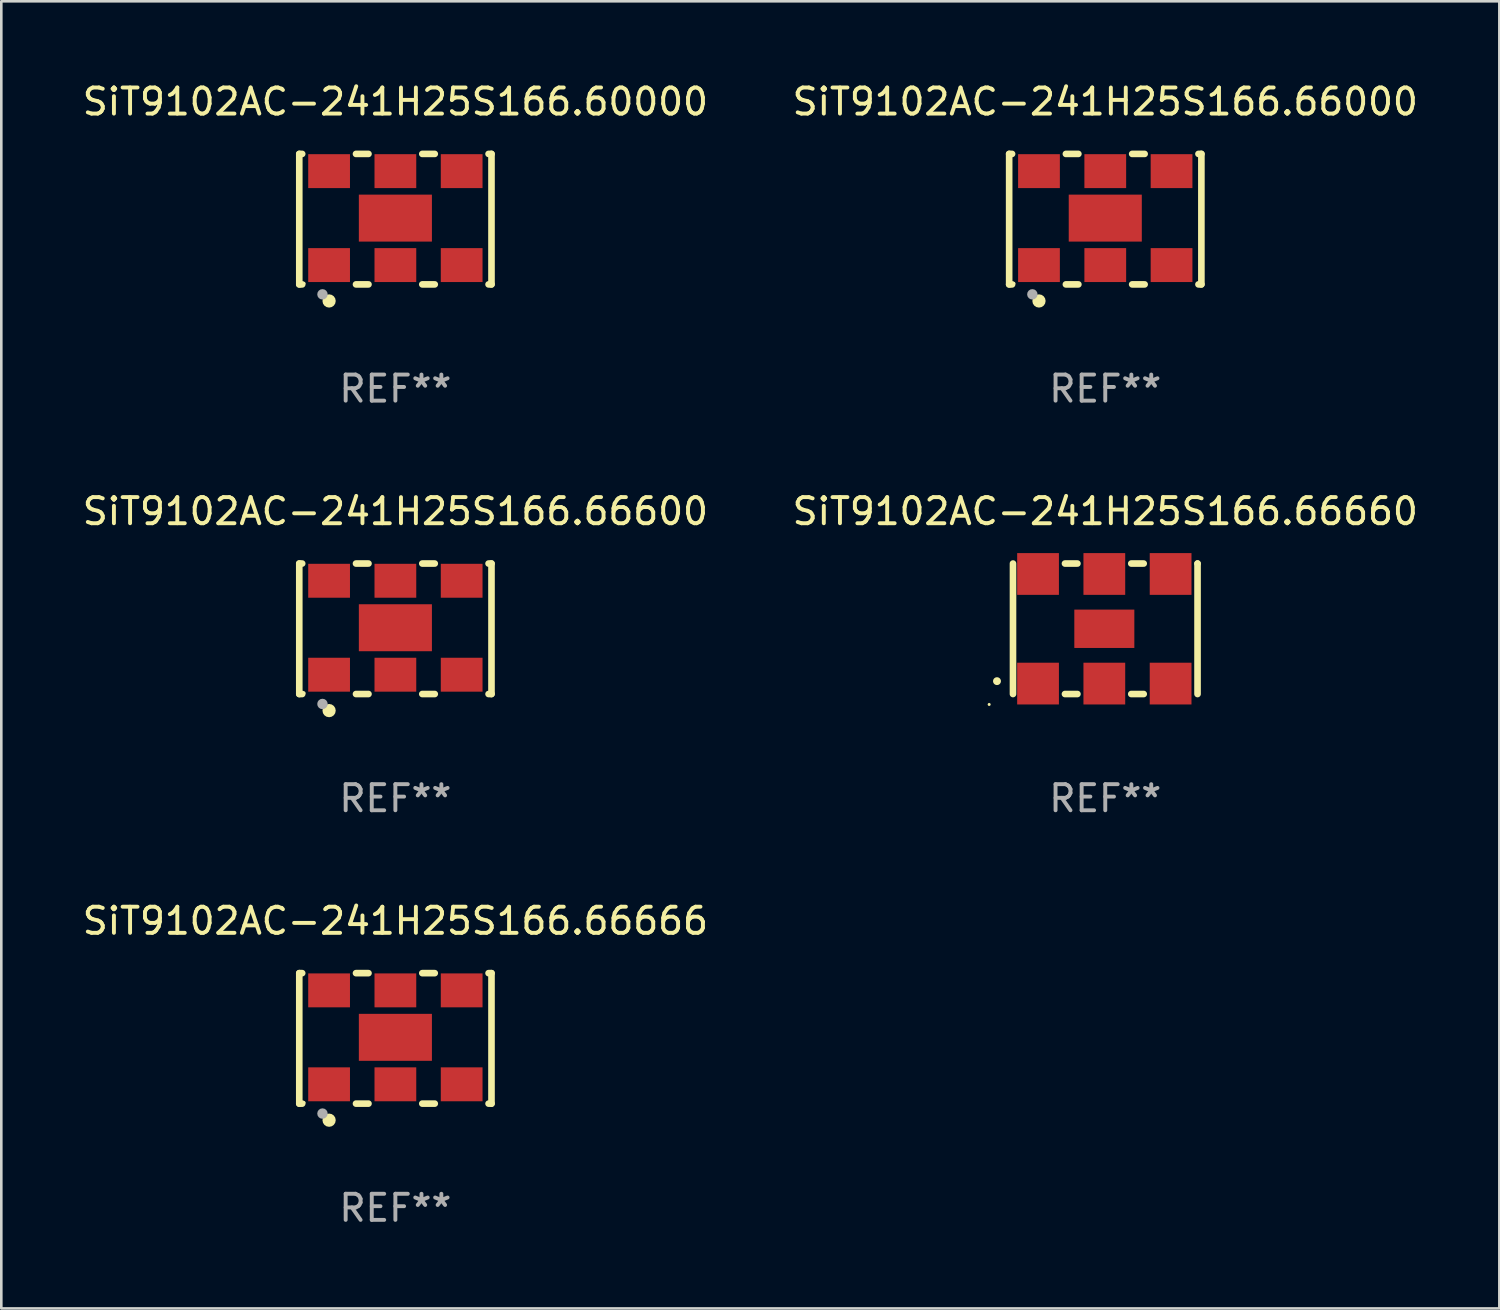
<source format=kicad_pcb>
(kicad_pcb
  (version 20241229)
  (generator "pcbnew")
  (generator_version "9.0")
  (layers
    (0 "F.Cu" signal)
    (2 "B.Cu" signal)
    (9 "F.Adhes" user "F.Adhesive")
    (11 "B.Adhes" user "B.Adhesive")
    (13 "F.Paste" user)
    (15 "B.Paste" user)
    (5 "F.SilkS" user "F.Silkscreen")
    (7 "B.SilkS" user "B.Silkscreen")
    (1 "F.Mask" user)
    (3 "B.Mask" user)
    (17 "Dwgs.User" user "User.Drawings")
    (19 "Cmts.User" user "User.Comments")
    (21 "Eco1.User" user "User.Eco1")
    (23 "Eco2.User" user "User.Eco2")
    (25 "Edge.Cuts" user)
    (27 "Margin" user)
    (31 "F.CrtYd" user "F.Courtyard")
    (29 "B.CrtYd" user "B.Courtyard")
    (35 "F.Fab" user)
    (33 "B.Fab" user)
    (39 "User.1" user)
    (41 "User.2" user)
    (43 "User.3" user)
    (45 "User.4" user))
  (footprint "SiT9102AC-241H25S166.66000"
    (layer "F.Cu")
    (at 39.304 5.348)
    (property "Reference" "SiT9102AC-241H25S166.66000" (at 0 -4.5 0) (layer "F.SilkS") (effects (font (size 1 1) (thickness 0.15))))
    (attr through_hole)
    (fp_line (start -3.683 -2.5) (end -3.571 -2.5) (stroke (width 0.254) (type solid)) (layer "F.SilkS"))
    (fp_line (start -3.683 2.5) (end -3.683 -2.5) (stroke (width 0.254) (type solid)) (layer "F.SilkS"))
    (fp_line (start -3.683 2.5) (end -3.571 2.5) (stroke (width 0.254) (type solid)) (layer "F.SilkS"))
    (fp_line (start -1.509 -2.5) (end -1.031 -2.5) (stroke (width 0.254) (type solid)) (layer "F.SilkS"))
    (fp_line (start -1.509 2.5) (end -1.031 2.5) (stroke (width 0.254) (type solid)) (layer "F.SilkS"))
    (fp_line (start 1.031 -2.5) (end 1.509 -2.5) (stroke (width 0.254) (type solid)) (layer "F.SilkS"))
    (fp_line (start 1.031 2.5) (end 1.509 2.5) (stroke (width 0.254) (type solid)) (layer "F.SilkS"))
    (fp_line (start 3.571 -2.5) (end 3.683 -2.5) (stroke (width 0.254) (type solid)) (layer "F.SilkS"))
    (fp_line (start 3.571 2.5) (end 3.683 2.5) (stroke (width 0.254) (type solid)) (layer "F.SilkS"))
    (fp_line (start 3.683 2.5) (end 3.683 -2.5) (stroke (width 0.254) (type solid)) (layer "F.SilkS"))
    (fp_circle (center -3.5 2.46) (end -3.47 2.46) (stroke (width 0.06) (type solid)) (fill no) (layer "F.SilkS"))
    (fp_circle (center -2.54 3.135) (end -2.413 3.135) (stroke (width 0.254) (type solid)) (fill no) (layer "F.SilkS"))
    (fp_circle (center -2.794 2.881) (end -2.694 2.881) (stroke (width 0.2) (type solid)) (fill no) (layer "F.Fab"))
    (fp_text user "REF**" (at 0 6.5 0) (layer "F.Fab") (effects (font (size 1 1) (thickness 0.15))))
    (pad "1" smd rect (at -2.54 1.76) (size 1.6 1.3) (layers "F.Cu" "F.Mask" "F.Paste"))
    (pad "2" smd rect (at 0 1.76) (size 1.6 1.3) (layers "F.Cu" "F.Mask" "F.Paste"))
    (pad "3" smd rect (at 2.54 1.76) (size 1.6 1.3) (layers "F.Cu" "F.Mask" "F.Paste"))
    (pad "4" smd rect (at 2.54 -1.84) (size 1.6 1.3) (layers "F.Cu" "F.Mask" "F.Paste"))
    (pad "5" smd rect (at 0 -1.84) (size 1.6 1.3) (layers "F.Cu" "F.Mask" "F.Paste"))
    (pad "6" smd rect (at -2.54 -1.84) (size 1.6 1.3) (layers "F.Cu" "F.Mask" "F.Paste"))
    (pad "7" smd rect (at 0 -0.04) (size 2.8 1.8) (layers "F.Cu" "F.Mask" "F.Paste")))
  (footprint "SiT9102AC-241H25S166.66600"
    (layer "F.Cu")
    (at 12.101 21.045)
    (property "Reference" "SiT9102AC-241H25S166.66600" (at 0 -4.5 0) (layer "F.SilkS") (effects (font (size 1 1) (thickness 0.15))))
    (attr through_hole)
    (fp_line (start -3.683 -2.5) (end -3.571 -2.5) (stroke (width 0.254) (type solid)) (layer "F.SilkS"))
    (fp_line (start -3.683 2.5) (end -3.683 -2.5) (stroke (width 0.254) (type solid)) (layer "F.SilkS"))
    (fp_line (start -3.683 2.5) (end -3.571 2.5) (stroke (width 0.254) (type solid)) (layer "F.SilkS"))
    (fp_line (start -1.509 -2.5) (end -1.031 -2.5) (stroke (width 0.254) (type solid)) (layer "F.SilkS"))
    (fp_line (start -1.509 2.5) (end -1.031 2.5) (stroke (width 0.254) (type solid)) (layer "F.SilkS"))
    (fp_line (start 1.031 -2.5) (end 1.509 -2.5) (stroke (width 0.254) (type solid)) (layer "F.SilkS"))
    (fp_line (start 1.031 2.5) (end 1.509 2.5) (stroke (width 0.254) (type solid)) (layer "F.SilkS"))
    (fp_line (start 3.571 -2.5) (end 3.683 -2.5) (stroke (width 0.254) (type solid)) (layer "F.SilkS"))
    (fp_line (start 3.571 2.5) (end 3.683 2.5) (stroke (width 0.254) (type solid)) (layer "F.SilkS"))
    (fp_line (start 3.683 2.5) (end 3.683 -2.5) (stroke (width 0.254) (type solid)) (layer "F.SilkS"))
    (fp_circle (center -3.5 2.46) (end -3.47 2.46) (stroke (width 0.06) (type solid)) (fill no) (layer "F.SilkS"))
    (fp_circle (center -2.54 3.135) (end -2.413 3.135) (stroke (width 0.254) (type solid)) (fill no) (layer "F.SilkS"))
    (fp_circle (center -2.794 2.881) (end -2.694 2.881) (stroke (width 0.2) (type solid)) (fill no) (layer "F.Fab"))
    (fp_text user "REF**" (at 0 6.5 0) (layer "F.Fab") (effects (font (size 1 1) (thickness 0.15))))
    (pad "1" smd rect (at -2.54 1.76) (size 1.6 1.3) (layers "F.Cu" "F.Mask" "F.Paste"))
    (pad "2" smd rect (at 0 1.76) (size 1.6 1.3) (layers "F.Cu" "F.Mask" "F.Paste"))
    (pad "3" smd rect (at 2.54 1.76) (size 1.6 1.3) (layers "F.Cu" "F.Mask" "F.Paste"))
    (pad "4" smd rect (at 2.54 -1.84) (size 1.6 1.3) (layers "F.Cu" "F.Mask" "F.Paste"))
    (pad "5" smd rect (at 0 -1.84) (size 1.6 1.3) (layers "F.Cu" "F.Mask" "F.Paste"))
    (pad "6" smd rect (at -2.54 -1.84) (size 1.6 1.3) (layers "F.Cu" "F.Mask" "F.Paste"))
    (pad "7" smd rect (at 0 -0.04) (size 2.8 1.8) (layers "F.Cu" "F.Mask" "F.Paste")))
  (footprint "SiT9102AC-241H25S166.60000"
    (layer "F.Cu")
    (at 12.101 5.348)
    (property "Reference" "SiT9102AC-241H25S166.60000" (at 0 -4.5 0) (layer "F.SilkS") (effects (font (size 1 1) (thickness 0.15))))
    (attr through_hole)
    (fp_line (start -3.683 -2.5) (end -3.571 -2.5) (stroke (width 0.254) (type solid)) (layer "F.SilkS"))
    (fp_line (start -3.683 2.5) (end -3.683 -2.5) (stroke (width 0.254) (type solid)) (layer "F.SilkS"))
    (fp_line (start -3.683 2.5) (end -3.571 2.5) (stroke (width 0.254) (type solid)) (layer "F.SilkS"))
    (fp_line (start -1.509 -2.5) (end -1.031 -2.5) (stroke (width 0.254) (type solid)) (layer "F.SilkS"))
    (fp_line (start -1.509 2.5) (end -1.031 2.5) (stroke (width 0.254) (type solid)) (layer "F.SilkS"))
    (fp_line (start 1.031 -2.5) (end 1.509 -2.5) (stroke (width 0.254) (type solid)) (layer "F.SilkS"))
    (fp_line (start 1.031 2.5) (end 1.509 2.5) (stroke (width 0.254) (type solid)) (layer "F.SilkS"))
    (fp_line (start 3.571 -2.5) (end 3.683 -2.5) (stroke (width 0.254) (type solid)) (layer "F.SilkS"))
    (fp_line (start 3.571 2.5) (end 3.683 2.5) (stroke (width 0.254) (type solid)) (layer "F.SilkS"))
    (fp_line (start 3.683 2.5) (end 3.683 -2.5) (stroke (width 0.254) (type solid)) (layer "F.SilkS"))
    (fp_circle (center -3.5 2.46) (end -3.47 2.46) (stroke (width 0.06) (type solid)) (fill no) (layer "F.SilkS"))
    (fp_circle (center -2.54 3.135) (end -2.413 3.135) (stroke (width 0.254) (type solid)) (fill no) (layer "F.SilkS"))
    (fp_circle (center -2.794 2.881) (end -2.694 2.881) (stroke (width 0.2) (type solid)) (fill no) (layer "F.Fab"))
    (fp_text user "REF**" (at 0 6.5 0) (layer "F.Fab") (effects (font (size 1 1) (thickness 0.15))))
    (pad "1" smd rect (at -2.54 1.76) (size 1.6 1.3) (layers "F.Cu" "F.Mask" "F.Paste"))
    (pad "2" smd rect (at 0 1.76) (size 1.6 1.3) (layers "F.Cu" "F.Mask" "F.Paste"))
    (pad "3" smd rect (at 2.54 1.76) (size 1.6 1.3) (layers "F.Cu" "F.Mask" "F.Paste"))
    (pad "4" smd rect (at 2.54 -1.84) (size 1.6 1.3) (layers "F.Cu" "F.Mask" "F.Paste"))
    (pad "5" smd rect (at 0 -1.84) (size 1.6 1.3) (layers "F.Cu" "F.Mask" "F.Paste"))
    (pad "6" smd rect (at -2.54 -1.84) (size 1.6 1.3) (layers "F.Cu" "F.Mask" "F.Paste"))
    (pad "7" smd rect (at 0 -0.04) (size 2.8 1.8) (layers "F.Cu" "F.Mask" "F.Paste")))
  (footprint "SiT9102AC-241H25S166.66666"
    (layer "F.Cu")
    (at 12.101 36.741)
    (property "Reference" "SiT9102AC-241H25S166.66666" (at 0 -4.5 0) (layer "F.SilkS") (effects (font (size 1 1) (thickness 0.15))))
    (attr through_hole)
    (fp_line (start -3.683 -2.5) (end -3.571 -2.5) (stroke (width 0.254) (type solid)) (layer "F.SilkS"))
    (fp_line (start -3.683 2.5) (end -3.683 -2.5) (stroke (width 0.254) (type solid)) (layer "F.SilkS"))
    (fp_line (start -3.683 2.5) (end -3.571 2.5) (stroke (width 0.254) (type solid)) (layer "F.SilkS"))
    (fp_line (start -1.509 -2.5) (end -1.031 -2.5) (stroke (width 0.254) (type solid)) (layer "F.SilkS"))
    (fp_line (start -1.509 2.5) (end -1.031 2.5) (stroke (width 0.254) (type solid)) (layer "F.SilkS"))
    (fp_line (start 1.031 -2.5) (end 1.509 -2.5) (stroke (width 0.254) (type solid)) (layer "F.SilkS"))
    (fp_line (start 1.031 2.5) (end 1.509 2.5) (stroke (width 0.254) (type solid)) (layer "F.SilkS"))
    (fp_line (start 3.571 -2.5) (end 3.683 -2.5) (stroke (width 0.254) (type solid)) (layer "F.SilkS"))
    (fp_line (start 3.571 2.5) (end 3.683 2.5) (stroke (width 0.254) (type solid)) (layer "F.SilkS"))
    (fp_line (start 3.683 2.5) (end 3.683 -2.5) (stroke (width 0.254) (type solid)) (layer "F.SilkS"))
    (fp_circle (center -3.5 2.46) (end -3.47 2.46) (stroke (width 0.06) (type solid)) (fill no) (layer "F.SilkS"))
    (fp_circle (center -2.54 3.135) (end -2.413 3.135) (stroke (width 0.254) (type solid)) (fill no) (layer "F.SilkS"))
    (fp_circle (center -2.794 2.881) (end -2.694 2.881) (stroke (width 0.2) (type solid)) (fill no) (layer "F.Fab"))
    (fp_text user "REF**" (at 0 6.5 0) (layer "F.Fab") (effects (font (size 1 1) (thickness 0.15))))
    (pad "1" smd rect (at -2.54 1.76) (size 1.6 1.3) (layers "F.Cu" "F.Mask" "F.Paste"))
    (pad "2" smd rect (at 0 1.76) (size 1.6 1.3) (layers "F.Cu" "F.Mask" "F.Paste"))
    (pad "3" smd rect (at 2.54 1.76) (size 1.6 1.3) (layers "F.Cu" "F.Mask" "F.Paste"))
    (pad "4" smd rect (at 2.54 -1.84) (size 1.6 1.3) (layers "F.Cu" "F.Mask" "F.Paste"))
    (pad "5" smd rect (at 0 -1.84) (size 1.6 1.3) (layers "F.Cu" "F.Mask" "F.Paste"))
    (pad "6" smd rect (at -2.54 -1.84) (size 1.6 1.3) (layers "F.Cu" "F.Mask" "F.Paste"))
    (pad "7" smd rect (at 0 -0.04) (size 2.8 1.8) (layers "F.Cu" "F.Mask" "F.Paste")))
  (footprint "SiT9102AC-241H25S166.66660"
    (layer "F.Cu")
    (at 39.304 21.045)
    (property "Reference" "SiT9102AC-241H25S166.66660" (at 0 -4.5 0) (layer "F.SilkS") (effects (font (size 1 1) (thickness 0.15))))
    (attr through_hole)
    (fp_line (start -3.536 -2.5) (end -3.536 2.5) (stroke (width 0.254) (type solid)) (layer "F.SilkS"))
    (fp_line (start -1.544 2.5) (end -1.067 2.5) (stroke (width 0.254) (type solid)) (layer "F.SilkS"))
    (fp_line (start -1.067 -2.5) (end -1.544 -2.5) (stroke (width 0.254) (type solid)) (layer "F.SilkS"))
    (fp_line (start 0.996 2.5) (end 1.473 2.5) (stroke (width 0.254) (type solid)) (layer "F.SilkS"))
    (fp_line (start 1.473 -2.5) (end 0.996 -2.5) (stroke (width 0.254) (type solid)) (layer "F.SilkS"))
    (fp_line (start 3.536 -2.5) (end 3.536 -2.5) (stroke (width 0.254) (type solid)) (layer "F.SilkS"))
    (fp_line (start 3.536 2.5) (end 3.536 -2.5) (stroke (width 0.254) (type solid)) (layer "F.SilkS"))
    (fp_arc (start -4.150432 2.006604) (mid -4.149162 2.006599) (end -4.147892 2.006604) (stroke (width 0.3) (type solid)) (layer "F.SilkS"))
    (fp_circle (center -4.449 2.9) (end -4.419 2.9) (stroke (width 0.06) (type solid)) (fill no) (layer "F.SilkS"))
    (fp_text user "REF**" (at 0 6.5 0) (layer "F.Fab") (effects (font (size 1 1) (thickness 0.15))))
    (pad "1" smd rect (at -2.576 2.1) (size 1.6 1.6) (layers "F.Cu" "F.Mask" "F.Paste"))
    (pad "2" smd rect (at -0.036 2.1) (size 1.6 1.6) (layers "F.Cu" "F.Mask" "F.Paste"))
    (pad "3" smd rect (at 2.504 2.1) (size 1.6 1.6) (layers "F.Cu" "F.Mask" "F.Paste"))
    (pad "4" smd rect (at 2.504 -2.1) (size 1.6 1.6) (layers "F.Cu" "F.Mask" "F.Paste"))
    (pad "5" smd rect (at -0.036 -2.1) (size 1.6 1.6) (layers "F.Cu" "F.Mask" "F.Paste"))
    (pad "6" smd rect (at -2.576 -2.1) (size 1.6 1.6) (layers "F.Cu" "F.Mask" "F.Paste"))
    (pad "7" smd rect (at -0.036 0) (size 2.3 1.47) (layers "F.Cu" "F.Mask" "F.Paste")))
  (gr_rect
    (start -3 -3)
    (end 54.405 47.09)
    (stroke (width 0.1) (type default))
    (fill no)
    (layer "Edge.Cuts")))
</source>
